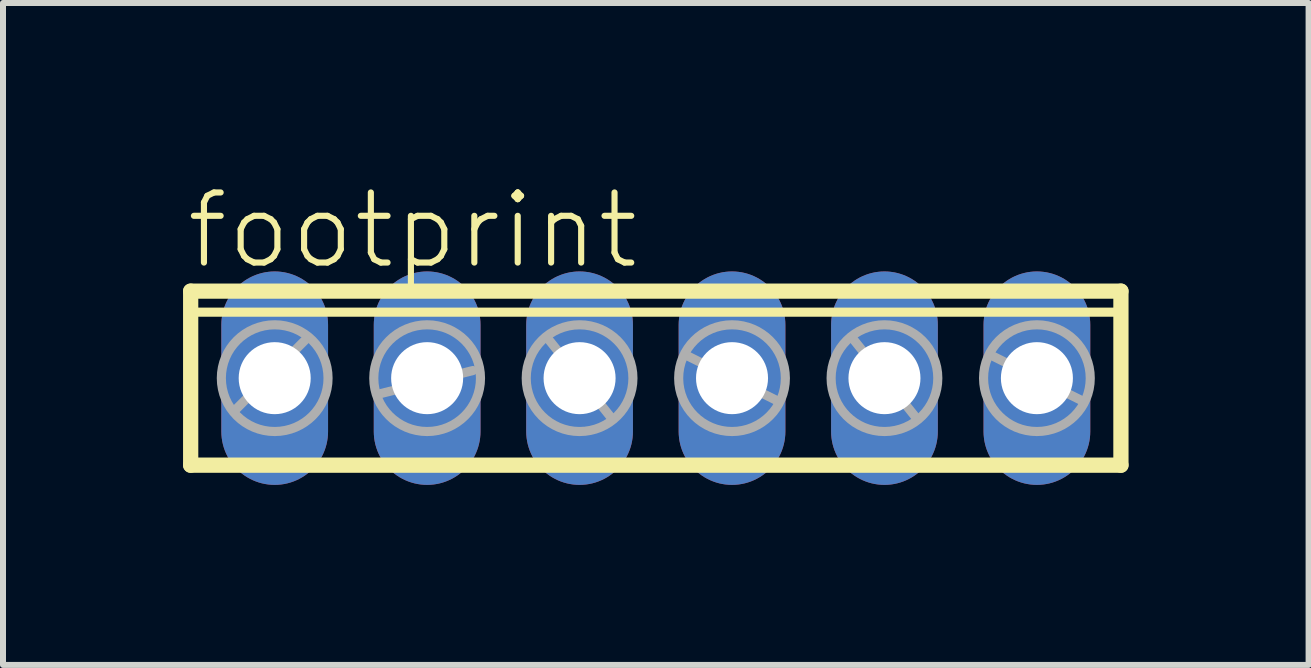
<source format=kicad_pcb>
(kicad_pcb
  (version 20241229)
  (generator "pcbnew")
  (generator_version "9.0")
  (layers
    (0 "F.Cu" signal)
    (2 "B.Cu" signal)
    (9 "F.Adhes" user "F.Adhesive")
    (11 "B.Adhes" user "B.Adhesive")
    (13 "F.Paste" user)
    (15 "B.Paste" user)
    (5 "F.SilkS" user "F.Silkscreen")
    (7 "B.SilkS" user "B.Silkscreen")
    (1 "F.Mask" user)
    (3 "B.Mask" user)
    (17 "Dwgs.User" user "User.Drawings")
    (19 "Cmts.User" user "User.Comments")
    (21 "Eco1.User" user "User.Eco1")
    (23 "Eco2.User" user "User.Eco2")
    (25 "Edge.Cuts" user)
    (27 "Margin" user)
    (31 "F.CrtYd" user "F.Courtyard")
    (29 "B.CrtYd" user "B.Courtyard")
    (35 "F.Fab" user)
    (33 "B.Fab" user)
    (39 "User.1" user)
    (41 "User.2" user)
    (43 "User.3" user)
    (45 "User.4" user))
  (footprint "footprint"
    (layer "F.Cu")
    (at 7.877 3.251)
    (property "Reference" "footprint" (at -7.874 -1.778 0) (layer "F.SilkS") (effects (font (size 1.168 1.168) (thickness 0.102)) (justify left bottom)))
    (fp_line (start -7.75 -1.45) (end -7.75 1.45) (stroke (width 0.254) (type solid)) (layer "F.SilkS"))
    (fp_line (start -7.75 1.45) (end 7.75 1.45) (stroke (width 0.254) (type solid)) (layer "F.SilkS"))
    (fp_line (start -7.64 -1.1) (end 7.64 -1.1) (stroke (width 0.152) (type solid)) (layer "F.SilkS"))
    (fp_line (start 7.75 -1.45) (end -7.75 -1.45) (stroke (width 0.254) (type solid)) (layer "F.SilkS"))
    (fp_line (start 7.75 1.45) (end 7.75 -1.45) (stroke (width 0.254) (type solid)) (layer "F.SilkS"))
    (fp_line (start -6.985 0.508) (end -5.842 -0.635) (stroke (width 0.152) (type solid)) (layer "F.Fab"))
    (fp_line (start -4.572 0.254) (end -3.048 -0.127) (stroke (width 0.152) (type solid)) (layer "F.Fab"))
    (fp_line (start -1.778 -0.635) (end -0.762 0.635) (stroke (width 0.152) (type solid)) (layer "F.Fab"))
    (fp_line (start 0.508 -0.381) (end 2.032 0.381) (stroke (width 0.152) (type solid)) (layer "F.Fab"))
    (fp_line (start 3.302 -0.635) (end 4.318 0.635) (stroke (width 0.152) (type solid)) (layer "F.Fab"))
    (fp_line (start 5.588 -0.381) (end 7.112 0.381) (stroke (width 0.152) (type solid)) (layer "F.Fab"))
    (fp_circle (center -6.35 0) (end -5.461 0) (stroke (width 0.152) (type solid)) (fill no) (layer "F.Fab"))
    (fp_circle (center -3.81 0) (end -2.921 0) (stroke (width 0.152) (type solid)) (fill no) (layer "F.Fab"))
    (fp_circle (center -1.27 0) (end -0.381 0) (stroke (width 0.152) (type solid)) (fill no) (layer "F.Fab"))
    (fp_circle (center 1.27 0) (end 2.159 0) (stroke (width 0.152) (type solid)) (fill no) (layer "F.Fab"))
    (fp_circle (center 3.81 0) (end 4.699 0) (stroke (width 0.152) (type solid)) (fill no) (layer "F.Fab"))
    (fp_circle (center 6.35 0) (end 7.239 0) (stroke (width 0.152) (type solid)) (fill no) (layer "F.Fab"))
    (pad "1" thru_hole oval (at -6.35 0 90) (size 3.556 1.778) (drill 1.2) (layers "*.Cu" "*.Mask"))
    (pad "2" thru_hole oval (at -3.81 0 90) (size 3.556 1.778) (drill 1.2) (layers "*.Cu" "*.Mask"))
    (pad "3" thru_hole oval (at -1.27 0 90) (size 3.556 1.778) (drill 1.2) (layers "*.Cu" "*.Mask"))
    (pad "4" thru_hole oval (at 1.27 0 90) (size 3.556 1.778) (drill 1.2) (layers "*.Cu" "*.Mask"))
    (pad "5" thru_hole oval (at 3.81 0 90) (size 3.556 1.778) (drill 1.2) (layers "*.Cu" "*.Mask"))
    (pad "6" thru_hole oval (at 6.35 0 90) (size 3.556 1.778) (drill 1.2) (layers "*.Cu" "*.Mask")))
  (gr_rect
    (start -3 -3)
    (end 18.754 8.029)
    (stroke (width 0.1) (type default))
    (fill no)
    (layer "Edge.Cuts")))
</source>
